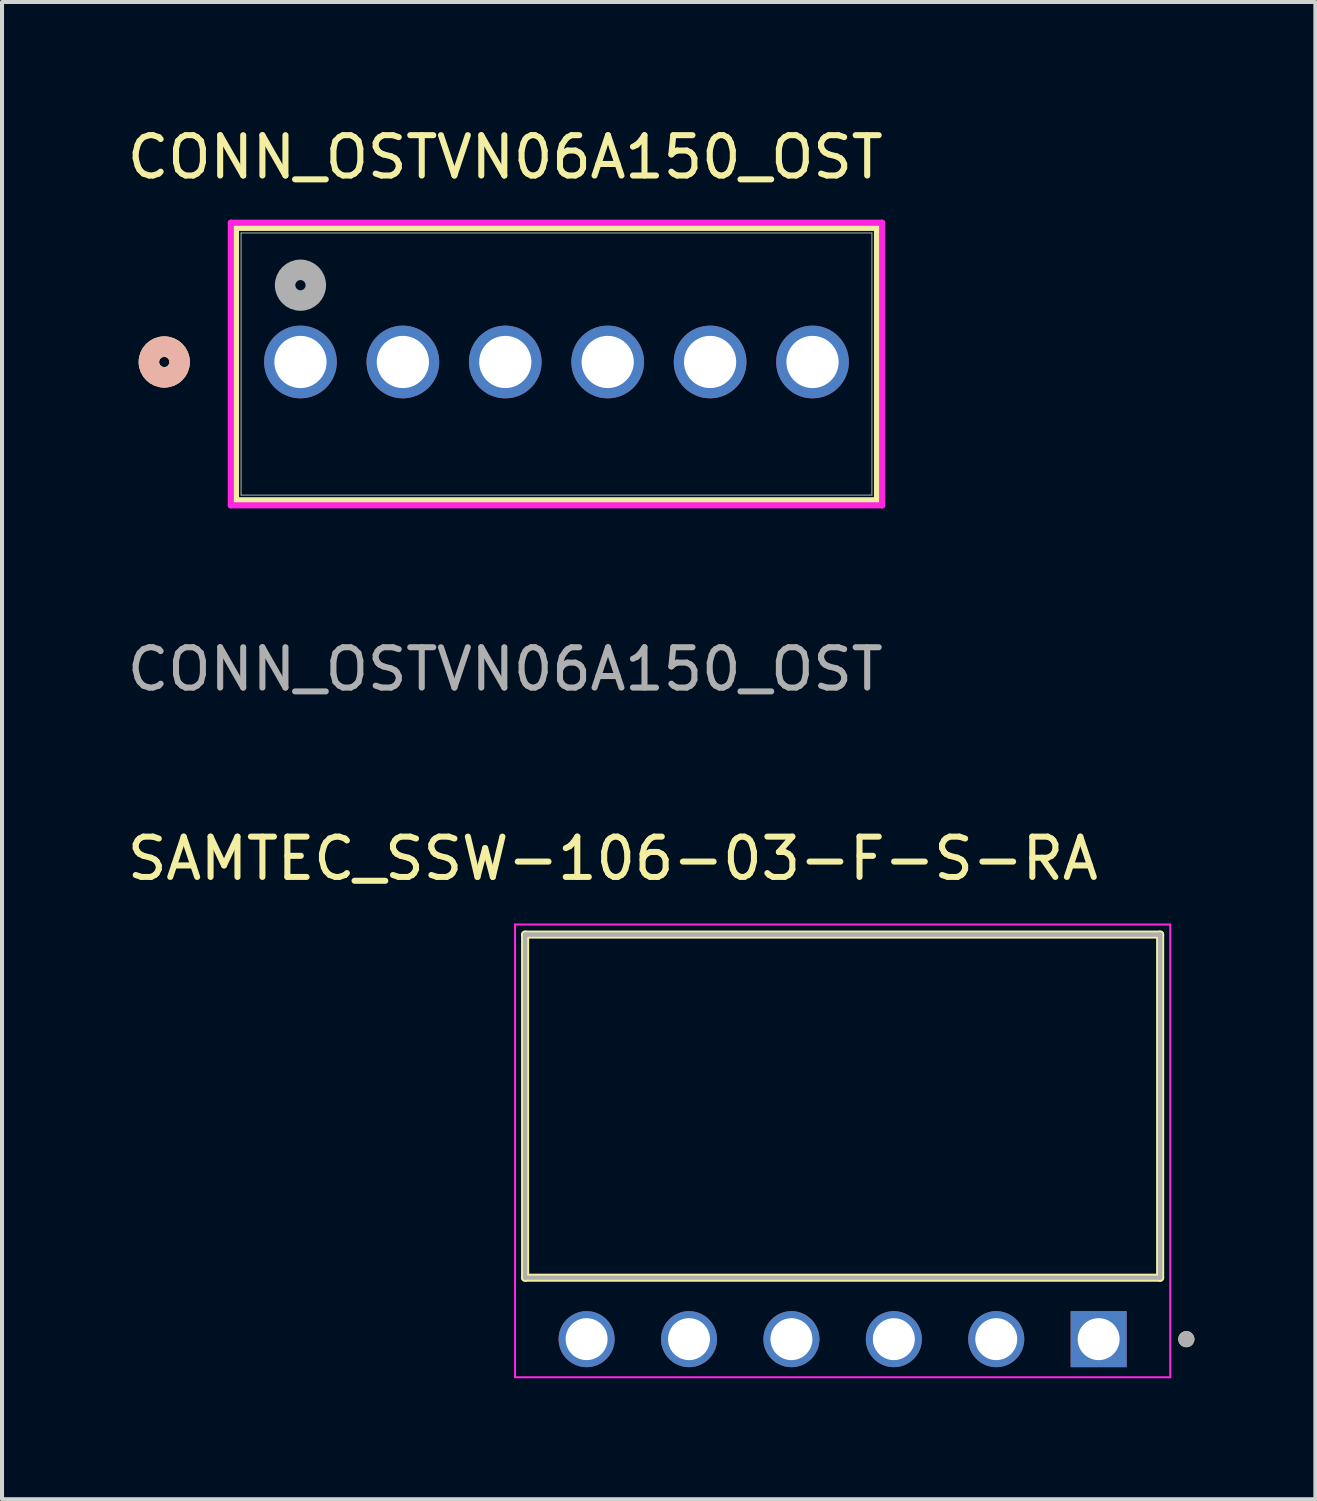
<source format=kicad_pcb>
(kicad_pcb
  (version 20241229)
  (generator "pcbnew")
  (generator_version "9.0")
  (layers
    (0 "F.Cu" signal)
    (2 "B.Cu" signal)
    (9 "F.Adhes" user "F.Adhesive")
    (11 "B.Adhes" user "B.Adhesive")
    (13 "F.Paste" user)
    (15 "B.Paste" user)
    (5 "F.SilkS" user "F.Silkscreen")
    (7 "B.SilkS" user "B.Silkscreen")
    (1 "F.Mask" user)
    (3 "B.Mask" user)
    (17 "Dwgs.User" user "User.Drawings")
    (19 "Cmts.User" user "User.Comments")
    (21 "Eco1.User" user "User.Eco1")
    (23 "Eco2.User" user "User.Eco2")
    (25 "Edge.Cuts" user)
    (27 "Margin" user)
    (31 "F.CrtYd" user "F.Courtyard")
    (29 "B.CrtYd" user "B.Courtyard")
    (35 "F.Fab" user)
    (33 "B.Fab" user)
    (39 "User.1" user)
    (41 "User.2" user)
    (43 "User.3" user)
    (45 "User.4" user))
  (footprint "CONN_OSTVN06A150_OST"
    (layer "F.Cu")
    (at 4.402 5.928)
    (property "Reference" "CONN_OSTVN06A150_OST" (at 5.08 -5.08 0) (unlocked yes) (layer "F.SilkS") (effects (font (size 1 1) (thickness 0.15))))
    (attr through_hole)
    (fp_line (start -1.6 -3.327) (end -1.6 3.429) (stroke (width 0.152) (type solid)) (layer "F.SilkS"))
    (fp_line (start -1.6 3.429) (end 14.3 3.429) (stroke (width 0.152) (type solid)) (layer "F.SilkS"))
    (fp_line (start 14.3 -3.327) (end -1.6 -3.327) (stroke (width 0.152) (type solid)) (layer "F.SilkS"))
    (fp_line (start 14.3 3.429) (end 14.3 -3.327) (stroke (width 0.152) (type solid)) (layer "F.SilkS"))
    (fp_circle (center -3.378 0) (end -2.997 0) (stroke (width 0.508) (type solid)) (fill no) (layer "F.SilkS"))
    (fp_circle (center -3.378 0) (end -2.997 0) (stroke (width 0.508) (type solid)) (fill no) (layer "B.SilkS"))
    (fp_line (start -1.727 -3.454) (end -1.727 3.556) (stroke (width 0.152) (type solid)) (layer "F.CrtYd"))
    (fp_line (start -1.727 3.556) (end 14.427 3.556) (stroke (width 0.152) (type solid)) (layer "F.CrtYd"))
    (fp_line (start 14.427 -3.454) (end -1.727 -3.454) (stroke (width 0.152) (type solid)) (layer "F.CrtYd"))
    (fp_line (start 14.427 3.556) (end 14.427 -3.454) (stroke (width 0.152) (type solid)) (layer "F.CrtYd"))
    (fp_line (start -1.473 -3.2) (end -1.473 3.302) (stroke (width 0.025) (type solid)) (layer "F.Fab"))
    (fp_line (start -1.473 3.302) (end 14.173 3.302) (stroke (width 0.025) (type solid)) (layer "F.Fab"))
    (fp_line (start 14.173 -3.2) (end -1.473 -3.2) (stroke (width 0.025) (type solid)) (layer "F.Fab"))
    (fp_line (start 14.173 3.302) (end 14.173 -3.2) (stroke (width 0.025) (type solid)) (layer "F.Fab"))
    (fp_circle (center 0 -1.905) (end 0.381 -1.905) (stroke (width 0.508) (type solid)) (fill no) (layer "F.Fab"))
    (fp_text user "${REFERENCE}" (at 5.08 7.62 0) (unlocked yes) (layer "F.Fab") (effects (font (size 1 1) (thickness 0.15))))
    (pad "1" thru_hole circle (at 0 0) (size 1.803 1.803) (drill 1.295) (layers "*.Cu" "*.Mask"))
    (pad "2" thru_hole circle (at 2.54 0) (size 1.803 1.803) (drill 1.295) (layers "*.Cu" "*.Mask"))
    (pad "3" thru_hole circle (at 5.08 0) (size 1.803 1.803) (drill 1.295) (layers "*.Cu" "*.Mask"))
    (pad "4" thru_hole circle (at 7.62 0) (size 1.803 1.803) (drill 1.295) (layers "*.Cu" "*.Mask"))
    (pad "5" thru_hole circle (at 10.16 0) (size 1.803 1.803) (drill 1.295) (layers "*.Cu" "*.Mask"))
    (pad "6" thru_hole circle (at 12.7 0) (size 1.803 1.803) (drill 1.295) (layers "*.Cu" "*.Mask")))
  (footprint "SAMTEC_SSW-106-03-F-S-RA"
    (layer "F.Cu")
    (at 24.199 30.164)
    (property "Reference" "SAMTEC_SSW-106-03-F-S-RA" (at -12.05 -11.919 0) (layer "F.SilkS") (effects (font (size 1 1) (thickness 0.15))))
    (attr through_hole)
    (fp_line (start -14.225 -1.524) (end -14.225 -10.034) (stroke (width 0.2) (type solid)) (layer "F.SilkS"))
    (fp_line (start 1.525 -10.034) (end -14.225 -10.034) (stroke (width 0.2) (type solid)) (layer "F.SilkS"))
    (fp_line (start 1.525 -10.034) (end 1.525 -1.524) (stroke (width 0.2) (type solid)) (layer "F.SilkS"))
    (fp_line (start 1.525 -1.524) (end -14.225 -1.524) (stroke (width 0.2) (type solid)) (layer "F.SilkS"))
    (fp_circle (center 2.175 0) (end 2.275 0) (stroke (width 0.2) (type solid)) (fill no) (layer "F.SilkS"))
    (fp_line (start -14.475 -10.284) (end 1.775 -10.284) (stroke (width 0.05) (type solid)) (layer "F.CrtYd"))
    (fp_line (start -14.475 0.945) (end -14.475 -10.284) (stroke (width 0.05) (type solid)) (layer "F.CrtYd"))
    (fp_line (start 1.775 -10.284) (end 1.775 0.945) (stroke (width 0.05) (type solid)) (layer "F.CrtYd"))
    (fp_line (start 1.775 0.945) (end -14.475 0.945) (stroke (width 0.05) (type solid)) (layer "F.CrtYd"))
    (fp_line (start -14.225 -10.034) (end 1.525 -10.034) (stroke (width 0.1) (type solid)) (layer "F.Fab"))
    (fp_line (start -14.225 -10.034) (end 1.525 -10.034) (stroke (width 0.1) (type solid)) (layer "F.Fab"))
    (fp_line (start -14.225 -1.524) (end -14.225 -10.034) (stroke (width 0.1) (type solid)) (layer "F.Fab"))
    (fp_line (start -14.225 -1.524) (end -14.225 -10.034) (stroke (width 0.1) (type solid)) (layer "F.Fab"))
    (fp_line (start 1.525 -10.034) (end 1.525 -1.524) (stroke (width 0.1) (type solid)) (layer "F.Fab"))
    (fp_line (start 1.525 -10.034) (end 1.525 -1.524) (stroke (width 0.1) (type solid)) (layer "F.Fab"))
    (fp_line (start 1.525 -1.524) (end -14.225 -1.524) (stroke (width 0.1) (type solid)) (layer "F.Fab"))
    (fp_circle (center 2.175 0) (end 2.275 0) (stroke (width 0.2) (type solid)) (fill no) (layer "F.Fab"))
    (pad "01" thru_hole rect (at 0 0) (size 1.39 1.39) (drill 1.04) (layers "*.Cu" "*.Mask"))
    (pad "02" thru_hole circle (at -2.54 0) (size 1.39 1.39) (drill 1.04) (layers "*.Cu" "*.Mask"))
    (pad "03" thru_hole circle (at -5.08 0) (size 1.39 1.39) (drill 1.04) (layers "*.Cu" "*.Mask"))
    (pad "04" thru_hole circle (at -7.62 0) (size 1.39 1.39) (drill 1.04) (layers "*.Cu" "*.Mask"))
    (pad "05" thru_hole circle (at -10.16 0) (size 1.39 1.39) (drill 1.04) (layers "*.Cu" "*.Mask"))
    (pad "06" thru_hole circle (at -12.7 0) (size 1.39 1.39) (drill 1.04) (layers "*.Cu" "*.Mask")))
  (gr_rect
    (start -3 -3)
    (end 29.574 34.134)
    (stroke (width 0.1) (type default))
    (fill no)
    (layer "Edge.Cuts")))
</source>
